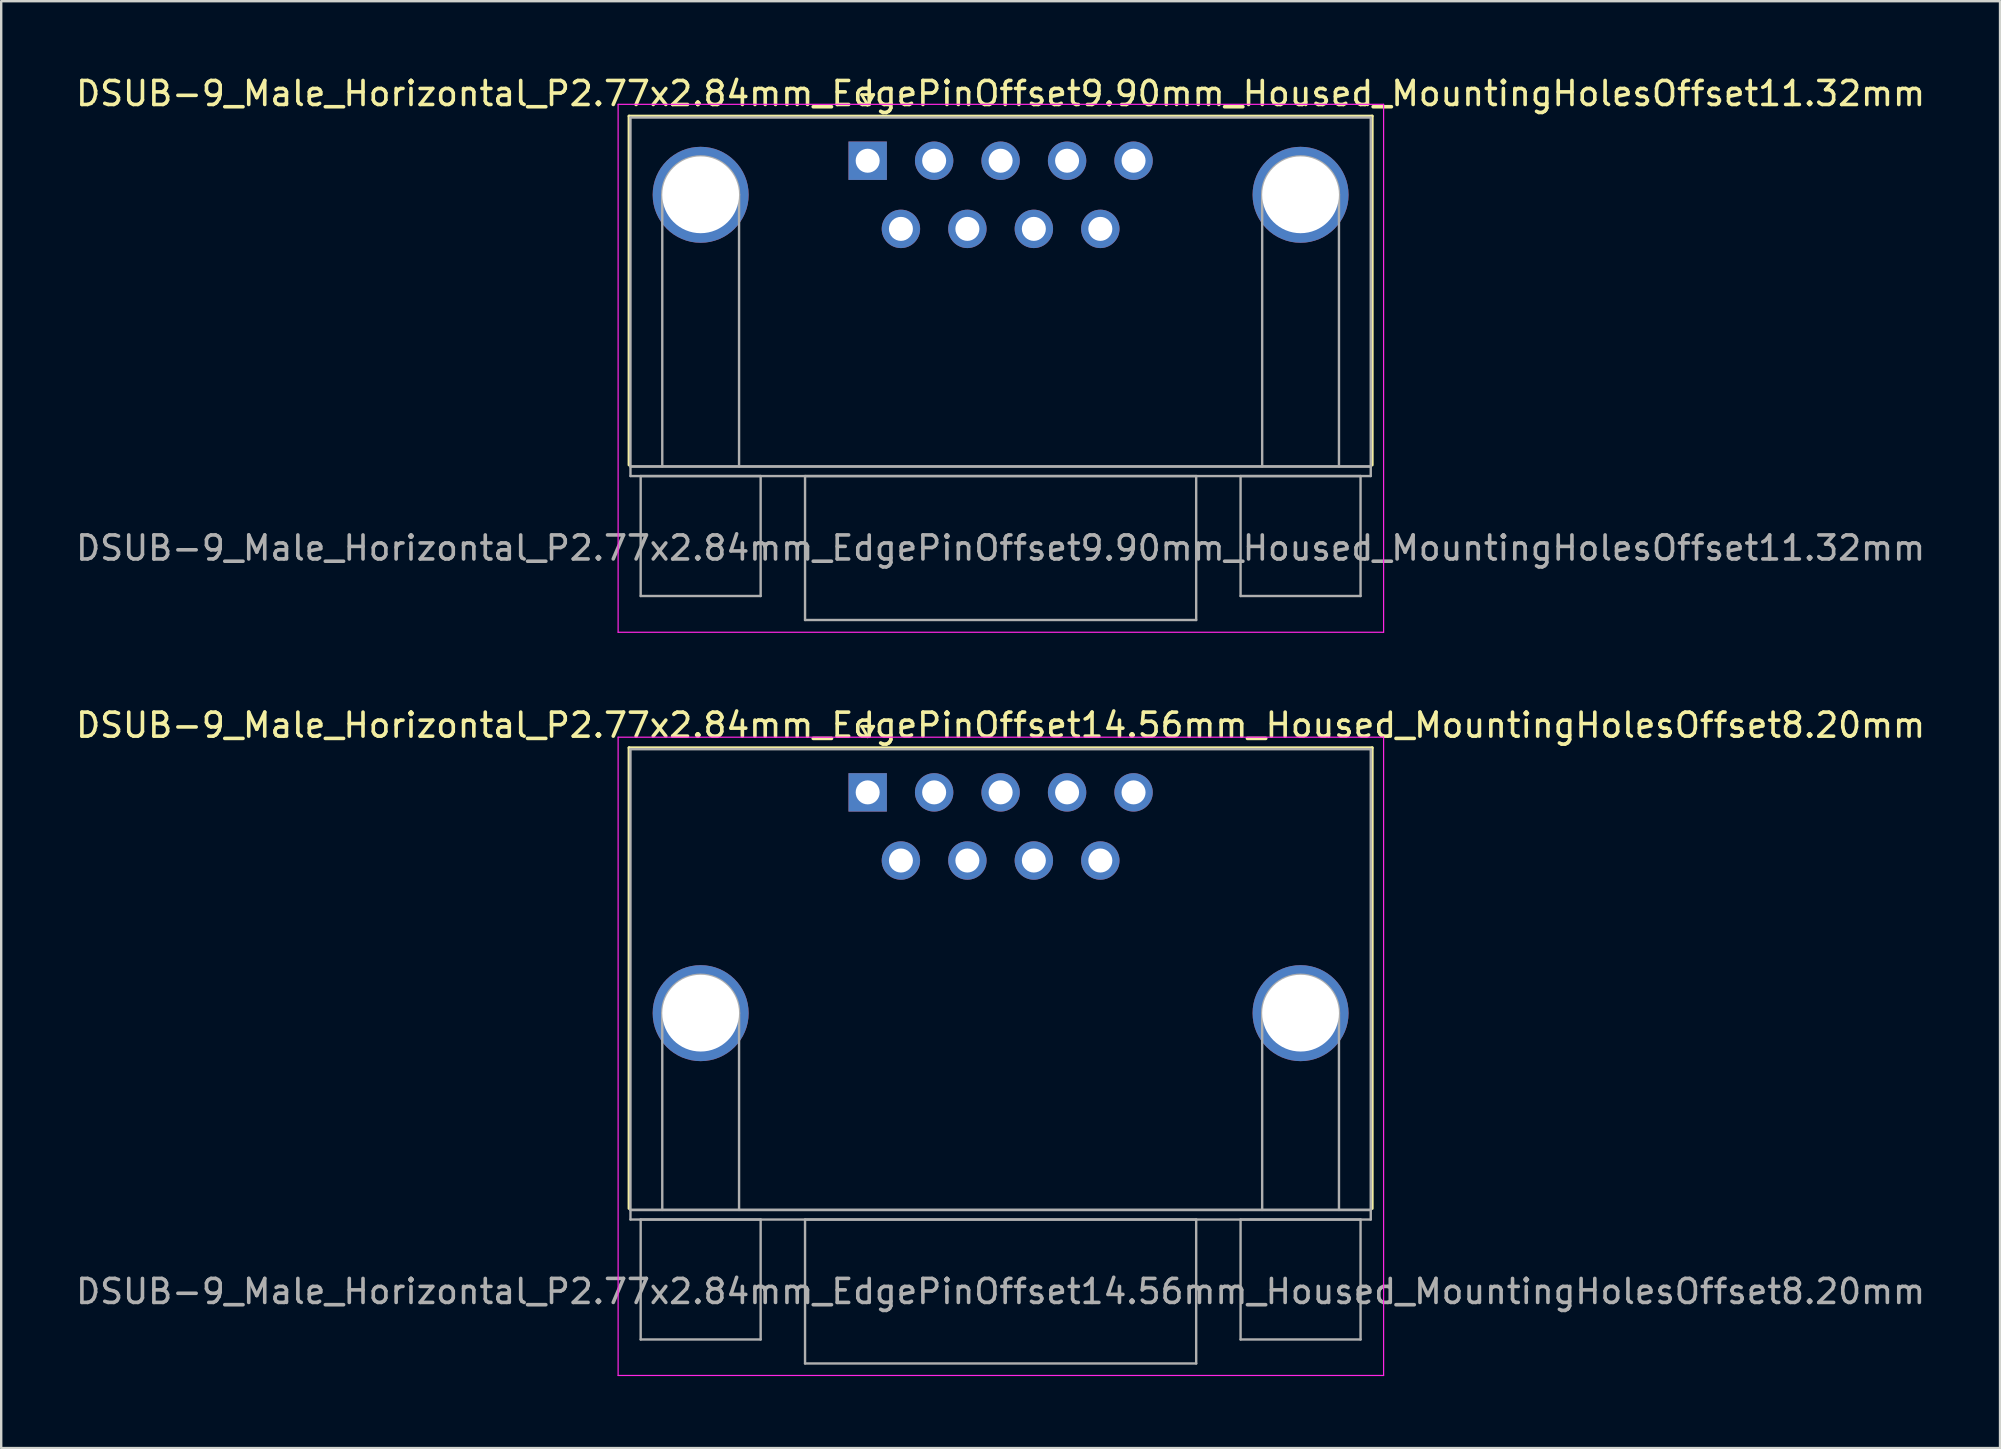
<source format=kicad_pcb>
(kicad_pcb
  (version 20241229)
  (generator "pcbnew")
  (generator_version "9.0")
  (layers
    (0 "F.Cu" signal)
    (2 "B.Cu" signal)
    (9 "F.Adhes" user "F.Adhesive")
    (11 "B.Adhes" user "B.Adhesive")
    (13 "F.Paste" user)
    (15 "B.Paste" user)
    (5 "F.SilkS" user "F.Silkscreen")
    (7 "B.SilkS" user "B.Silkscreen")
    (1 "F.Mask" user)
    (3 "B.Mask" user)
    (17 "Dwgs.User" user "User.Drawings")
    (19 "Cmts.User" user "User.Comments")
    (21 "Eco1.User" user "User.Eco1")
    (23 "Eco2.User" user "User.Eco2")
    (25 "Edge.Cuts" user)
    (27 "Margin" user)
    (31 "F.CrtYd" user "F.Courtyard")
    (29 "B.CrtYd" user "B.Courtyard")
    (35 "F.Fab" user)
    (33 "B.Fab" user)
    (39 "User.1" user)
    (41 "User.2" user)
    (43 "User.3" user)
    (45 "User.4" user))
  (footprint "DSUB-9_Male_Horizontal_P2.77x2.84mm_EdgePinOffset9.90mm_Housed_MountingHolesOffset11.32mm"
    (layer "F.Cu")
    (at 33.109 3.648)
    (property "Reference" "DSUB-9_Male_Horizontal_P2.77x2.84mm_EdgePinOffset9.90mm_Housed_MountingHolesOffset11.32mm" (at 5.54 -2.8 0) (layer "F.SilkS") (effects (font (size 1 1) (thickness 0.15))))
    (attr through_hole)
    (fp_line (start -9.945 -1.86) (end 21.025 -1.86) (stroke (width 0.12) (type solid)) (layer "F.SilkS"))
    (fp_line (start -9.945 12.68) (end -9.945 -1.86) (stroke (width 0.12) (type solid)) (layer "F.SilkS"))
    (fp_line (start -0.25 -2.754) (end 0.25 -2.754) (stroke (width 0.12) (type solid)) (layer "F.SilkS"))
    (fp_line (start 0 -2.321) (end -0.25 -2.754) (stroke (width 0.12) (type solid)) (layer "F.SilkS"))
    (fp_line (start 0.25 -2.754) (end 0 -2.321) (stroke (width 0.12) (type solid)) (layer "F.SilkS"))
    (fp_line (start 21.025 -1.86) (end 21.025 12.68) (stroke (width 0.12) (type solid)) (layer "F.SilkS"))
    (fp_line (start -10.4 -2.35) (end -10.4 19.65) (stroke (width 0.05) (type solid)) (layer "F.CrtYd"))
    (fp_line (start -10.4 19.65) (end 21.5 19.65) (stroke (width 0.05) (type solid)) (layer "F.CrtYd"))
    (fp_line (start 21.5 -2.35) (end -10.4 -2.35) (stroke (width 0.05) (type solid)) (layer "F.CrtYd"))
    (fp_line (start 21.5 19.65) (end 21.5 -2.35) (stroke (width 0.05) (type solid)) (layer "F.CrtYd"))
    (fp_line (start -9.885 -1.8) (end -9.885 12.74) (stroke (width 0.1) (type solid)) (layer "F.Fab"))
    (fp_line (start -9.885 12.74) (end -9.885 13.14) (stroke (width 0.1) (type solid)) (layer "F.Fab"))
    (fp_line (start -9.885 12.74) (end 20.965 12.74) (stroke (width 0.1) (type solid)) (layer "F.Fab"))
    (fp_line (start -9.885 13.14) (end 20.965 13.14) (stroke (width 0.1) (type solid)) (layer "F.Fab"))
    (fp_line (start -9.46 13.14) (end -9.46 18.14) (stroke (width 0.1) (type solid)) (layer "F.Fab"))
    (fp_line (start -9.46 18.14) (end -4.46 18.14) (stroke (width 0.1) (type solid)) (layer "F.Fab"))
    (fp_line (start -8.56 12.74) (end -8.56 1.42) (stroke (width 0.1) (type solid)) (layer "F.Fab"))
    (fp_line (start -5.36 12.74) (end -5.36 1.42) (stroke (width 0.1) (type solid)) (layer "F.Fab"))
    (fp_line (start -4.46 13.14) (end -9.46 13.14) (stroke (width 0.1) (type solid)) (layer "F.Fab"))
    (fp_line (start -4.46 18.14) (end -4.46 13.14) (stroke (width 0.1) (type solid)) (layer "F.Fab"))
    (fp_line (start -2.61 13.14) (end -2.61 19.14) (stroke (width 0.1) (type solid)) (layer "F.Fab"))
    (fp_line (start -2.61 19.14) (end 13.69 19.14) (stroke (width 0.1) (type solid)) (layer "F.Fab"))
    (fp_line (start 13.69 13.14) (end -2.61 13.14) (stroke (width 0.1) (type solid)) (layer "F.Fab"))
    (fp_line (start 13.69 19.14) (end 13.69 13.14) (stroke (width 0.1) (type solid)) (layer "F.Fab"))
    (fp_line (start 15.54 13.14) (end 15.54 18.14) (stroke (width 0.1) (type solid)) (layer "F.Fab"))
    (fp_line (start 15.54 18.14) (end 20.54 18.14) (stroke (width 0.1) (type solid)) (layer "F.Fab"))
    (fp_line (start 16.44 12.74) (end 16.44 1.42) (stroke (width 0.1) (type solid)) (layer "F.Fab"))
    (fp_line (start 19.64 12.74) (end 19.64 1.42) (stroke (width 0.1) (type solid)) (layer "F.Fab"))
    (fp_line (start 20.54 13.14) (end 15.54 13.14) (stroke (width 0.1) (type solid)) (layer "F.Fab"))
    (fp_line (start 20.54 18.14) (end 20.54 13.14) (stroke (width 0.1) (type solid)) (layer "F.Fab"))
    (fp_line (start 20.965 -1.8) (end -9.885 -1.8) (stroke (width 0.1) (type solid)) (layer "F.Fab"))
    (fp_line (start 20.965 12.74) (end -9.885 12.74) (stroke (width 0.1) (type solid)) (layer "F.Fab"))
    (fp_line (start 20.965 12.74) (end 20.965 -1.8) (stroke (width 0.1) (type solid)) (layer "F.Fab"))
    (fp_line (start 20.965 13.14) (end 20.965 12.74) (stroke (width 0.1) (type solid)) (layer "F.Fab"))
    (fp_arc (start -8.56 1.42) (mid -6.96 -0.18) (end -5.36 1.42) (stroke (width 0.1) (type solid)) (layer "F.Fab"))
    (fp_arc (start 16.44 1.42) (mid 18.04 -0.18) (end 19.64 1.42) (stroke (width 0.1) (type solid)) (layer "F.Fab"))
    (fp_text user "${REFERENCE}" (at 5.54 16.14 0) (layer "F.Fab") (effects (font (size 1 1) (thickness 0.15))))
    (pad "0" thru_hole circle (at -6.96 1.42) (size 4 4) (drill 3.2) (layers "*.Cu" "*.Mask"))
    (pad "0" thru_hole circle (at 18.04 1.42) (size 4 4) (drill 3.2) (layers "*.Cu" "*.Mask"))
    (pad "1" thru_hole rect (at 0 0) (size 1.6 1.6) (drill 1) (layers "*.Cu" "*.Mask"))
    (pad "2" thru_hole circle (at 2.77 0) (size 1.6 1.6) (drill 1) (layers "*.Cu" "*.Mask"))
    (pad "3" thru_hole circle (at 5.54 0) (size 1.6 1.6) (drill 1) (layers "*.Cu" "*.Mask"))
    (pad "4" thru_hole circle (at 8.31 0) (size 1.6 1.6) (drill 1) (layers "*.Cu" "*.Mask"))
    (pad "5" thru_hole circle (at 11.08 0) (size 1.6 1.6) (drill 1) (layers "*.Cu" "*.Mask"))
    (pad "6" thru_hole circle (at 1.385 2.84) (size 1.6 1.6) (drill 1) (layers "*.Cu" "*.Mask"))
    (pad "7" thru_hole circle (at 4.155 2.84) (size 1.6 1.6) (drill 1) (layers "*.Cu" "*.Mask"))
    (pad "8" thru_hole circle (at 6.925 2.84) (size 1.6 1.6) (drill 1) (layers "*.Cu" "*.Mask"))
    (pad "9" thru_hole circle (at 9.695 2.84) (size 1.6 1.6) (drill 1) (layers "*.Cu" "*.Mask")))
  (footprint "DSUB-9_Male_Horizontal_P2.77x2.84mm_EdgePinOffset14.56mm_Housed_MountingHolesOffset8.20mm"
    (layer "F.Cu")
    (at 33.109 29.971)
    (property "Reference" "DSUB-9_Male_Horizontal_P2.77x2.84mm_EdgePinOffset14.56mm_Housed_MountingHolesOffset8.20mm" (at 5.54 -2.8 0) (layer "F.SilkS") (effects (font (size 1 1) (thickness 0.15))))
    (attr through_hole)
    (fp_line (start -9.945 -1.86) (end 21.025 -1.86) (stroke (width 0.12) (type solid)) (layer "F.SilkS"))
    (fp_line (start -9.945 17.34) (end -9.945 -1.86) (stroke (width 0.12) (type solid)) (layer "F.SilkS"))
    (fp_line (start -0.25 -2.754) (end 0.25 -2.754) (stroke (width 0.12) (type solid)) (layer "F.SilkS"))
    (fp_line (start 0 -2.321) (end -0.25 -2.754) (stroke (width 0.12) (type solid)) (layer "F.SilkS"))
    (fp_line (start 0.25 -2.754) (end 0 -2.321) (stroke (width 0.12) (type solid)) (layer "F.SilkS"))
    (fp_line (start 21.025 -1.86) (end 21.025 17.34) (stroke (width 0.12) (type solid)) (layer "F.SilkS"))
    (fp_line (start -10.4 -2.3) (end -10.4 24.3) (stroke (width 0.05) (type solid)) (layer "F.CrtYd"))
    (fp_line (start -10.4 24.3) (end 21.5 24.3) (stroke (width 0.05) (type solid)) (layer "F.CrtYd"))
    (fp_line (start 21.5 -2.3) (end -10.4 -2.3) (stroke (width 0.05) (type solid)) (layer "F.CrtYd"))
    (fp_line (start 21.5 24.3) (end 21.5 -2.3) (stroke (width 0.05) (type solid)) (layer "F.CrtYd"))
    (fp_line (start -9.885 -1.8) (end -9.885 17.4) (stroke (width 0.1) (type solid)) (layer "F.Fab"))
    (fp_line (start -9.885 17.4) (end -9.885 17.8) (stroke (width 0.1) (type solid)) (layer "F.Fab"))
    (fp_line (start -9.885 17.4) (end 20.965 17.4) (stroke (width 0.1) (type solid)) (layer "F.Fab"))
    (fp_line (start -9.885 17.8) (end 20.965 17.8) (stroke (width 0.1) (type solid)) (layer "F.Fab"))
    (fp_line (start -9.46 17.8) (end -9.46 22.8) (stroke (width 0.1) (type solid)) (layer "F.Fab"))
    (fp_line (start -9.46 22.8) (end -4.46 22.8) (stroke (width 0.1) (type solid)) (layer "F.Fab"))
    (fp_line (start -8.56 17.4) (end -8.56 9.2) (stroke (width 0.1) (type solid)) (layer "F.Fab"))
    (fp_line (start -5.36 17.4) (end -5.36 9.2) (stroke (width 0.1) (type solid)) (layer "F.Fab"))
    (fp_line (start -4.46 17.8) (end -9.46 17.8) (stroke (width 0.1) (type solid)) (layer "F.Fab"))
    (fp_line (start -4.46 22.8) (end -4.46 17.8) (stroke (width 0.1) (type solid)) (layer "F.Fab"))
    (fp_line (start -2.61 17.8) (end -2.61 23.8) (stroke (width 0.1) (type solid)) (layer "F.Fab"))
    (fp_line (start -2.61 23.8) (end 13.69 23.8) (stroke (width 0.1) (type solid)) (layer "F.Fab"))
    (fp_line (start 13.69 17.8) (end -2.61 17.8) (stroke (width 0.1) (type solid)) (layer "F.Fab"))
    (fp_line (start 13.69 23.8) (end 13.69 17.8) (stroke (width 0.1) (type solid)) (layer "F.Fab"))
    (fp_line (start 15.54 17.8) (end 15.54 22.8) (stroke (width 0.1) (type solid)) (layer "F.Fab"))
    (fp_line (start 15.54 22.8) (end 20.54 22.8) (stroke (width 0.1) (type solid)) (layer "F.Fab"))
    (fp_line (start 16.44 17.4) (end 16.44 9.2) (stroke (width 0.1) (type solid)) (layer "F.Fab"))
    (fp_line (start 19.64 17.4) (end 19.64 9.2) (stroke (width 0.1) (type solid)) (layer "F.Fab"))
    (fp_line (start 20.54 17.8) (end 15.54 17.8) (stroke (width 0.1) (type solid)) (layer "F.Fab"))
    (fp_line (start 20.54 22.8) (end 20.54 17.8) (stroke (width 0.1) (type solid)) (layer "F.Fab"))
    (fp_line (start 20.965 -1.8) (end -9.885 -1.8) (stroke (width 0.1) (type solid)) (layer "F.Fab"))
    (fp_line (start 20.965 17.4) (end -9.885 17.4) (stroke (width 0.1) (type solid)) (layer "F.Fab"))
    (fp_line (start 20.965 17.4) (end 20.965 -1.8) (stroke (width 0.1) (type solid)) (layer "F.Fab"))
    (fp_line (start 20.965 17.8) (end 20.965 17.4) (stroke (width 0.1) (type solid)) (layer "F.Fab"))
    (fp_arc (start -8.56 9.2) (mid -6.96 7.6) (end -5.36 9.2) (stroke (width 0.1) (type solid)) (layer "F.Fab"))
    (fp_arc (start 16.44 9.2) (mid 18.04 7.6) (end 19.64 9.2) (stroke (width 0.1) (type solid)) (layer "F.Fab"))
    (fp_text user "${REFERENCE}" (at 5.54 20.8 0) (layer "F.Fab") (effects (font (size 1 1) (thickness 0.15))))
    (pad "0" thru_hole circle (at -6.96 9.2) (size 4 4) (drill 3.2) (layers "*.Cu" "*.Mask"))
    (pad "0" thru_hole circle (at 18.04 9.2) (size 4 4) (drill 3.2) (layers "*.Cu" "*.Mask"))
    (pad "1" thru_hole rect (at 0 0) (size 1.6 1.6) (drill 1) (layers "*.Cu" "*.Mask"))
    (pad "2" thru_hole circle (at 2.77 0) (size 1.6 1.6) (drill 1) (layers "*.Cu" "*.Mask"))
    (pad "3" thru_hole circle (at 5.54 0) (size 1.6 1.6) (drill 1) (layers "*.Cu" "*.Mask"))
    (pad "4" thru_hole circle (at 8.31 0) (size 1.6 1.6) (drill 1) (layers "*.Cu" "*.Mask"))
    (pad "5" thru_hole circle (at 11.08 0) (size 1.6 1.6) (drill 1) (layers "*.Cu" "*.Mask"))
    (pad "6" thru_hole circle (at 1.385 2.84) (size 1.6 1.6) (drill 1) (layers "*.Cu" "*.Mask"))
    (pad "7" thru_hole circle (at 4.155 2.84) (size 1.6 1.6) (drill 1) (layers "*.Cu" "*.Mask"))
    (pad "8" thru_hole circle (at 6.925 2.84) (size 1.6 1.6) (drill 1) (layers "*.Cu" "*.Mask"))
    (pad "9" thru_hole circle (at 9.695 2.84) (size 1.6 1.6) (drill 1) (layers "*.Cu" "*.Mask")))
  (gr_rect
    (start -3 -3)
    (end 80.298 57.297)
    (stroke (width 0.1) (type default))
    (fill no)
    (layer "Edge.Cuts")))
</source>
